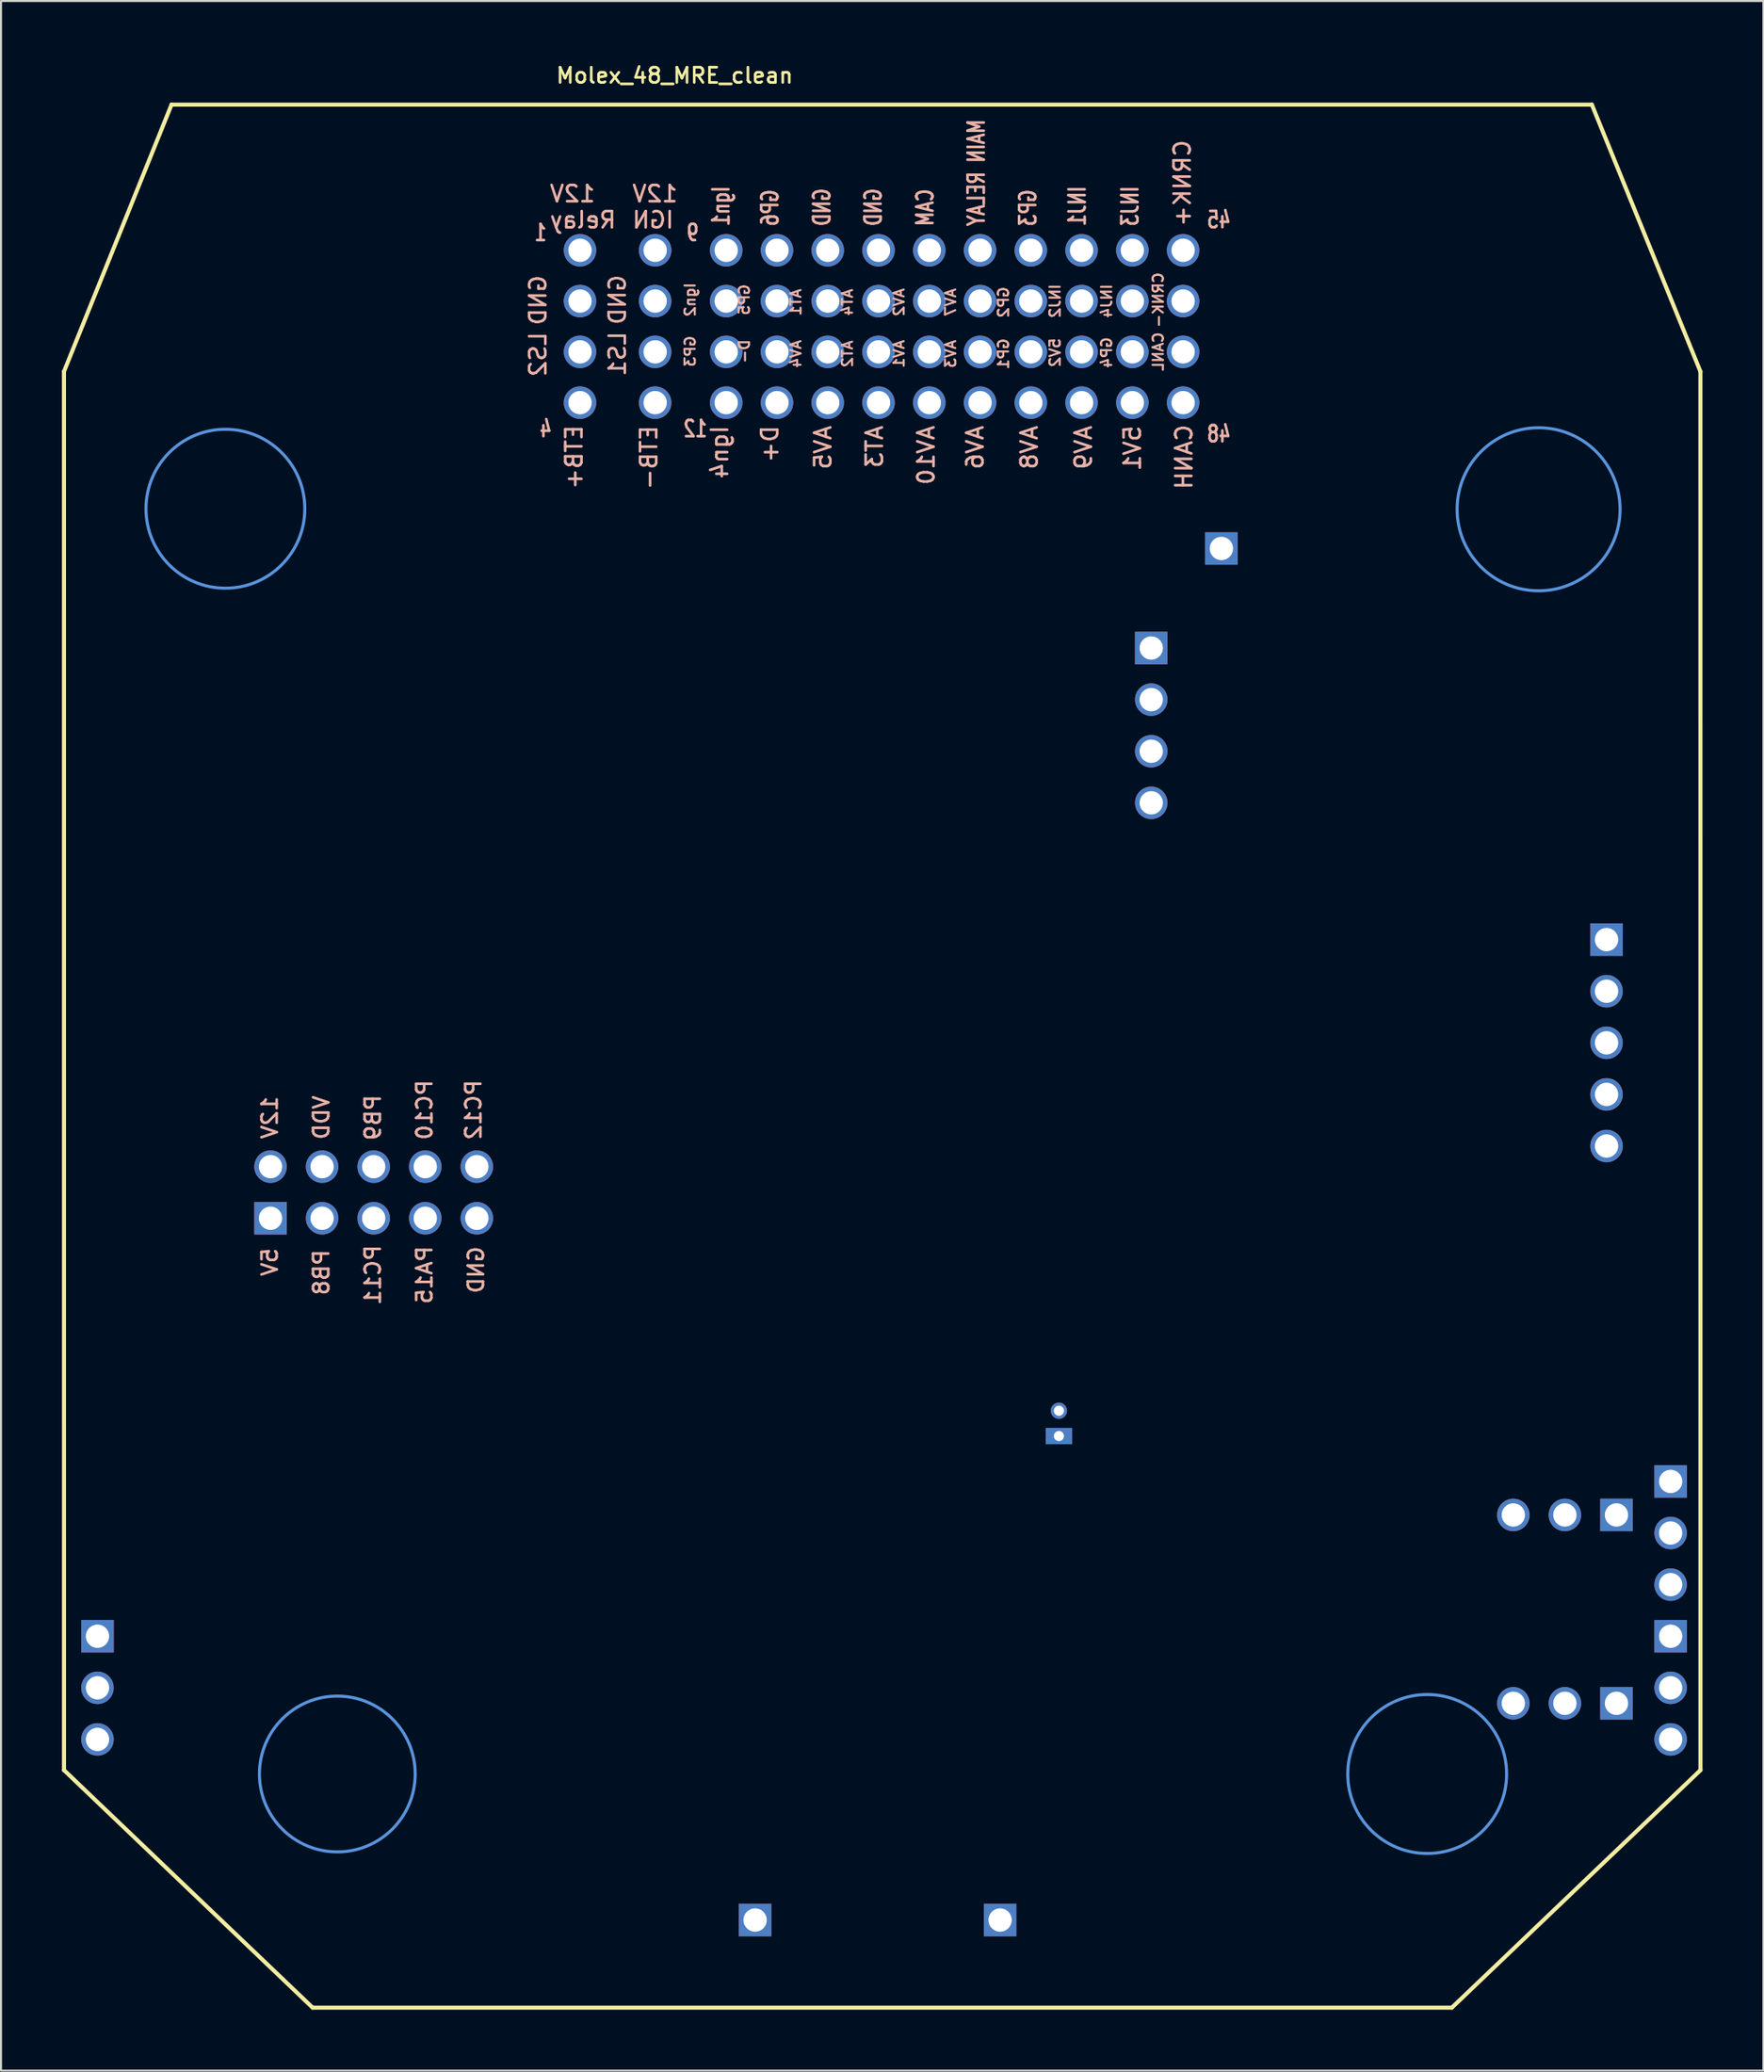
<source format=kicad_pcb>
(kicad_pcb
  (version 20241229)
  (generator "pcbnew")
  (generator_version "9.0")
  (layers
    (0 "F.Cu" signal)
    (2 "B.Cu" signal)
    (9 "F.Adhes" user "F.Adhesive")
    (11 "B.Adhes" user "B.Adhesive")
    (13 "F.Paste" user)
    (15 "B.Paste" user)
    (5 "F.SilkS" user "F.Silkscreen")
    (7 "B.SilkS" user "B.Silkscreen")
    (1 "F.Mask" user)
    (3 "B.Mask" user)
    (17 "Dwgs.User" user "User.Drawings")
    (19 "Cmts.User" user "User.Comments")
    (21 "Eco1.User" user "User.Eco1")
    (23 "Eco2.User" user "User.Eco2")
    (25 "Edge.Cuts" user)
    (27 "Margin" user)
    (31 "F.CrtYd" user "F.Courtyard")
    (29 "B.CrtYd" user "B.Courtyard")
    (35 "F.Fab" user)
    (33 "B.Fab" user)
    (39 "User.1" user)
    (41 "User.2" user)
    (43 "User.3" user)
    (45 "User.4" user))
  (footprint "Molex_48_MRE_clean"
    (layer "F.Cu")
    (at 25.474 9.267)
    (property "Reference" "Molex_48_MRE_clean" (at 4.7 -8.6 0) (layer "F.SilkS") (effects (font (size 0.75 0.75) (thickness 0.13))))
    (attr through_hole)
    (fp_line (start -25.374 5.973) (end -25.372 74.816) (stroke (width 0.2) (type solid)) (layer "F.SilkS"))
    (fp_line (start -25.374 5.973) (end -20.078 -7.166) (stroke (width 0.2) (type solid)) (layer "F.SilkS"))
    (fp_line (start -20.078 -7.166) (end 49.867 -7.166) (stroke (width 0.2) (type solid)) (layer "F.SilkS"))
    (fp_line (start -13.129 86.507) (end -25.372 74.816) (stroke (width 0.2) (type solid)) (layer "F.SilkS"))
    (fp_line (start -13.129 86.507) (end 42.973 86.507) (stroke (width 0.2) (type solid)) (layer "F.SilkS"))
    (fp_line (start 49.867 -7.166) (end 55.214 5.973) (stroke (width 0.2) (type solid)) (layer "F.SilkS"))
    (fp_line (start 55.214 5.973) (end 55.216 74.816) (stroke (width 0.2) (type solid)) (layer "F.SilkS"))
    (fp_line (start 55.216 74.816) (end 42.973 86.507) (stroke (width 0.2) (type solid)) (layer "F.SilkS"))
    (fp_circle (center -17.424 12.725) (end -13.513 12.725) (stroke (width 0.15) (type solid)) (fill no) (layer "Cmts.User"))
    (fp_circle (center -11.913 75.006) (end -15.748 75.006) (stroke (width 0.15) (type solid)) (fill no) (layer "Cmts.User"))
    (fp_circle (center 41.758 75.006) (end 37.846 75.006) (stroke (width 0.15) (type solid)) (fill no) (layer "Cmts.User"))
    (fp_circle (center 47.244 12.751) (end 51.257 12.751) (stroke (width 0.15) (type solid)) (fill no) (layer "Cmts.User"))
    (fp_circle (center -19.686 20.394) (end -18.048 20.394) (stroke (width 0.2) (type solid)) (fill no) (layer "Eco1.User"))
    (fp_circle (center -17.413 12.736) (end -15.622 12.736) (stroke (width 0.2) (type solid)) (fill no) (layer "Eco1.User"))
    (fp_circle (center -11.914 75.004) (end -10.123 75.004) (stroke (width 0.2) (type solid)) (fill no) (layer "Eco1.User"))
    (fp_circle (center 36.474 70.305) (end 38.112 70.305) (stroke (width 0.2) (type solid)) (fill no) (layer "Eco1.User"))
    (fp_circle (center 41.757 75.004) (end 43.547 75.004) (stroke (width 0.2) (type solid)) (fill no) (layer "Eco1.User"))
    (fp_circle (center 47.256 12.736) (end 49.046 12.736) (stroke (width 0.2) (type solid)) (fill no) (layer "Eco1.User"))
    (fp_text user "GP3" (at 5.461 4.978 90) (layer "B.SilkS") (effects (font (size 0.508 0.508) (thickness 0.102)) (justify mirror)))
    (fp_text user "D+" (at 9.389 8.558 90) (layer "B.SilkS") (effects (font (size 0.8 0.8) (thickness 0.13)) (justify left mirror)))
    (fp_text user "12V\nRelay" (at -1.524 -2.134 0) (layer "B.SilkS") (effects (font (size 0.8 0.8) (thickness 0.13)) (justify right mirror)))
    (fp_text user "5V" (at -15.24 49.809 270) (layer "B.SilkS") (effects (font (size 0.75 0.75) (thickness 0.13)) (justify mirror)))
    (fp_text user "LS1" (at 1.88 5.105 270) (layer "B.SilkS") (effects (font (size 0.8 0.8) (thickness 0.127)) (justify mirror)))
    (fp_text user "PA15" (at -7.62 50.444 270) (layer "B.SilkS") (effects (font (size 0.75 0.75) (thickness 0.13)) (justify mirror)))
    (fp_text user "12V\nIGN" (at 2.54 -2.134 0) (layer "B.SilkS") (effects (font (size 0.8 0.8) (thickness 0.13)) (justify right mirror)))
    (fp_text user "12V" (at -15.24 42.697 270) (layer "B.SilkS") (effects (font (size 0.75 0.75) (thickness 0.13)) (justify mirror)))
    (fp_text user "PC10" (at -7.62 42.316 270) (layer "B.SilkS") (effects (font (size 0.75 0.75) (thickness 0.13)) (justify mirror)))
    (fp_text user "ETB+" (at -0.254 10.185 90) (layer "B.SilkS") (effects (font (size 0.8 0.8) (thickness 0.13)) (justify mirror)))
    (fp_text user "INJ1" (at 24.526 -1.113 90) (layer "B.SilkS") (effects (font (size 0.8 0.6) (thickness 0.13)) (justify right mirror)))
    (fp_text user "INJ3" (at 27.126 -1.113 90) (layer "B.SilkS") (effects (font (size 0.8 0.6) (thickness 0.13)) (justify right mirror)))
    (fp_text user "AV4" (at 10.668 5.105 90) (layer "B.SilkS") (effects (font (size 0.508 0.508) (thickness 0.102)) (justify mirror)))
    (fp_text user "CANL" (at 28.512 4.991 90) (layer "B.SilkS") (effects (font (size 0.508 0.508) (thickness 0.102)) (justify mirror)))
    (fp_text user "GP4" (at 25.971 5.042 90) (layer "B.SilkS") (effects (font (size 0.508 0.508) (thickness 0.102)) (justify mirror)))
    (fp_text user "Ign2" (at 5.461 2.438 90) (layer "B.SilkS") (effects (font (size 0.508 0.508) (thickness 0.102)) (justify mirror)))
    (fp_text user "CANH" (at 29.782 8.508 90) (layer "B.SilkS") (effects (font (size 0.8 0.8) (thickness 0.13)) (justify left mirror)))
    (fp_text user "CRNK+" (at 29.7 -3.3 90) (layer "B.SilkS") (effects (font (size 0.8 0.8) (thickness 0.13)) (justify mirror)))
    (fp_text user "AT3" (at 14.541 8.558 90) (layer "B.SilkS") (effects (font (size 0.8 0.8) (thickness 0.13)) (justify left mirror)))
    (fp_text user "GND" (at 11.953 -1.113 90) (layer "B.SilkS") (effects (font (size 0.8 0.6) (thickness 0.13)) (justify right mirror)))
    (fp_text user "45" (at 31.5 -1.5 0) (layer "B.SilkS") (effects (font (size 0.8 0.6) (thickness 0.13)) (justify mirror)))
    (fp_text user "AV2" (at 15.748 2.565 90) (layer "B.SilkS") (effects (font (size 0.508 0.508) (thickness 0.102)) (justify mirror)))
    (fp_text user "CAM" (at 17.033 -1.113 90) (layer "B.SilkS") (effects (font (size 0.8 0.6) (thickness 0.13)) (justify right mirror)))
    (fp_text user "4" (at -1.651 8.788 0) (layer "B.SilkS") (effects (font (size 0.8 0.6) (thickness 0.13)) (justify mirror)))
    (fp_text user "GND" (at -2.032 2.46 90) (layer "B.SilkS") (effects (font (size 0.8 0.8) (thickness 0.13)) (justify mirror)))
    (fp_text user "AV7" (at 18.288 2.565 90) (layer "B.SilkS") (effects (font (size 0.508 0.508) (thickness 0.102)) (justify mirror)))
    (fp_text user "GP6" (at 9.398 -1.113 90) (layer "B.SilkS") (effects (font (size 0.8 0.6) (thickness 0.13)) (justify right mirror)))
    (fp_text user "VDD" (at -12.7 42.697 270) (layer "B.SilkS") (effects (font (size 0.75 0.75) (thickness 0.13)) (justify mirror)))
    (fp_text user "D-" (at 8.128 4.978 90) (layer "B.SilkS") (effects (font (size 0.508 0.508) (thickness 0.102)) (justify mirror)))
    (fp_text user "AV5" (at 12.002 8.558 90) (layer "B.SilkS") (effects (font (size 0.8 0.8) (thickness 0.13)) (justify left mirror)))
    (fp_text user "INJ4" (at 25.971 2.502 90) (layer "B.SilkS") (effects (font (size 0.508 0.508) (thickness 0.102)) (justify mirror)))
    (fp_text user "Ign1" (at 6.985 -1.113 90) (layer "B.SilkS") (effects (font (size 0.8 0.6) (thickness 0.13)) (justify right mirror)))
    (fp_text user "PC11" (at -10.16 50.444 270) (layer "B.SilkS") (effects (font (size 0.75 0.75) (thickness 0.13)) (justify mirror)))
    (fp_text user "PB9" (at -10.16 42.697 270) (layer "B.SilkS") (effects (font (size 0.75 0.75) (thickness 0.13)) (justify mirror)))
    (fp_text user "INJ2" (at 23.431 2.502 90) (layer "B.SilkS") (effects (font (size 0.508 0.508) (thickness 0.102)) (justify mirror)))
    (fp_text user "AV3" (at 18.288 5.105 90) (layer "B.SilkS") (effects (font (size 0.508 0.508) (thickness 0.102)) (justify mirror)))
    (fp_text user "AT4" (at 13.208 2.565 90) (layer "B.SilkS") (effects (font (size 0.508 0.508) (thickness 0.102)) (justify mirror)))
    (fp_text user "GP5" (at 8.128 2.438 90) (layer "B.SilkS") (effects (font (size 0.508 0.508) (thickness 0.102)) (justify mirror)))
    (fp_text user "PC12" (at -5.207 42.316 270) (layer "B.SilkS") (effects (font (size 0.75 0.75) (thickness 0.13)) (justify mirror)))
    (fp_text user "GND" (at 1.88 2.438 90) (layer "B.SilkS") (effects (font (size 0.8 0.8) (thickness 0.127)) (justify mirror)))
    (fp_text user "GP2" (at 20.892 2.565 90) (layer "B.SilkS") (effects (font (size 0.508 0.508) (thickness 0.102)) (justify mirror)))
    (fp_text user "9" (at 5.588 -0.864 0) (layer "B.SilkS") (effects (font (size 0.8 0.6) (thickness 0.13)) (justify mirror)))
    (fp_text user "AV1" (at 15.748 5.105 90) (layer "B.SilkS") (effects (font (size 0.508 0.508) (thickness 0.102)) (justify mirror)))
    (fp_text user "GND" (at 14.478 -1.113 90) (layer "B.SilkS") (effects (font (size 0.8 0.6) (thickness 0.13)) (justify right mirror)))
    (fp_text user "48" (at 31.5 9.042 0) (layer "B.SilkS") (effects (font (size 0.8 0.6) (thickness 0.13)) (justify mirror)))
    (fp_text user "1" (at -1.905 -0.864 0) (layer "B.SilkS") (effects (font (size 0.8 0.6) (thickness 0.13)) (justify mirror)))
    (fp_text user "PB8" (at -12.7 50.317 270) (layer "B.SilkS") (effects (font (size 0.75 0.75) (thickness 0.13)) (justify mirror)))
    (fp_text user "GP3" (at 22.098 -1.113 90) (layer "B.SilkS") (effects (font (size 0.8 0.6) (thickness 0.13)) (justify right mirror)))
    (fp_text user "LS2" (at -2.032 5.127 90) (layer "B.SilkS") (effects (font (size 0.8 0.8) (thickness 0.13)) (justify mirror)))
    (fp_text user "MAIN RELAY" (at 19.558 -1.113 90) (layer "B.SilkS") (effects (font (size 0.8 0.6) (thickness 0.13)) (justify right mirror)))
    (fp_text user "5V2" (at 23.431 5.042 90) (layer "B.SilkS") (effects (font (size 0.508 0.508) (thickness 0.102)) (justify mirror)))
    (fp_text user "AT1" (at 10.668 2.565 90) (layer "B.SilkS") (effects (font (size 0.508 0.508) (thickness 0.102)) (justify mirror)))
    (fp_text user "AV6" (at 19.494 8.558 90) (layer "B.SilkS") (effects (font (size 0.8 0.8) (thickness 0.13)) (justify left mirror)))
    (fp_text user "AV9" (at 24.828 8.558 90) (layer "B.SilkS") (effects (font (size 0.8 0.8) (thickness 0.13)) (justify left mirror)))
    (fp_text user "12" (at 5.715 8.788 0) (layer "B.SilkS") (effects (font (size 0.8 0.6) (thickness 0.13)) (justify mirror)))
    (fp_text user "AV8" (at 22.162 8.558 90) (layer "B.SilkS") (effects (font (size 0.8 0.8) (thickness 0.13)) (justify left mirror)))
    (fp_text user "5V1" (at 27.241 8.558 90) (layer "B.SilkS") (effects (font (size 0.8 0.8) (thickness 0.13)) (justify left mirror)))
    (fp_text user "CRNK-" (at 28.512 2.451 90) (layer "B.SilkS") (effects (font (size 0.508 0.508) (thickness 0.102)) (justify mirror)))
    (fp_text user "AV10" (at 17.081 8.558 90) (layer "B.SilkS") (effects (font (size 0.8 0.8) (thickness 0.13)) (justify left mirror)))
    (fp_text user "GP1" (at 20.892 5.105 90) (layer "B.SilkS") (effects (font (size 0.508 0.508) (thickness 0.102)) (justify mirror)))
    (fp_text user "ETB-" (at 3.429 8.558 90) (layer "B.SilkS") (effects (font (size 0.8 0.8) (thickness 0.13)) (justify left mirror)))
    (fp_text user "AT2" (at 13.208 5.105 90) (layer "B.SilkS") (effects (font (size 0.508 0.508) (thickness 0.102)) (justify mirror)))
    (fp_text user "Ign4" (at 6.921 8.558 90) (layer "B.SilkS") (effects (font (size 0.8 0.8) (thickness 0.13)) (justify left mirror)))
    (fp_text user "GND" (at -5.08 50.19 270) (layer "B.SilkS") (effects (font (size 0.75 0.75) (thickness 0.13)) (justify mirror)))
    (pad "1" thru_hole circle (at 0.039 0.003 270) (size 1.6 1.6) (drill 1.15) (layers "*.Cu" "*.Mask"))
    (pad "2" thru_hole circle (at 0.039 2.503 270) (size 1.6 1.6) (drill 1.15) (layers "*.Cu" "*.Mask"))
    (pad "3" thru_hole circle (at 0.039 5.003 270) (size 1.6 1.6) (drill 1.15) (layers "*.Cu" "*.Mask"))
    (pad "4" thru_hole circle (at 0.039 7.503 270) (size 1.6 1.6) (drill 1.15) (layers "*.Cu" "*.Mask"))
    (pad "5" thru_hole circle (at 3.739 0.003 270) (size 1.6 1.6) (drill 1.15) (layers "*.Cu" "*.Mask"))
    (pad "6" thru_hole circle (at 3.739 2.503 270) (size 1.6 1.6) (drill 1.15) (layers "*.Cu" "*.Mask"))
    (pad "7" thru_hole circle (at 3.739 5.003 270) (size 1.6 1.6) (drill 1.15) (layers "*.Cu" "*.Mask"))
    (pad "8" thru_hole circle (at 3.739 7.503 270) (size 1.6 1.6) (drill 1.15) (layers "*.Cu" "*.Mask"))
    (pad "9" thru_hole circle (at 7.239 0.003 270) (size 1.6 1.6) (drill 1.15) (layers "*.Cu" "*.Mask"))
    (pad "10" thru_hole circle (at 7.239 2.503 270) (size 1.6 1.6) (drill 1.15) (layers "*.Cu" "*.Mask"))
    (pad "11" thru_hole circle (at 7.239 5.003 270) (size 1.6 1.6) (drill 1.15) (layers "*.Cu" "*.Mask"))
    (pad "12" thru_hole circle (at 7.239 7.503 270) (size 1.6 1.6) (drill 1.15) (layers "*.Cu" "*.Mask"))
    (pad "13" thru_hole circle (at 9.739 0.003 270) (size 1.6 1.6) (drill 1.15) (layers "*.Cu" "*.Mask"))
    (pad "14" thru_hole circle (at 9.739 2.503 270) (size 1.6 1.6) (drill 1.15) (layers "*.Cu" "*.Mask"))
    (pad "15" thru_hole circle (at 9.739 5.003 270) (size 1.6 1.6) (drill 1.15) (layers "*.Cu" "*.Mask"))
    (pad "16" thru_hole circle (at 9.739 7.503 270) (size 1.6 1.6) (drill 1.15) (layers "*.Cu" "*.Mask"))
    (pad "17" thru_hole circle (at 12.239 0.003 270) (size 1.6 1.6) (drill 1.15) (layers "*.Cu" "*.Mask"))
    (pad "18" thru_hole circle (at 12.239 2.503 270) (size 1.6 1.6) (drill 1.15) (layers "*.Cu" "*.Mask"))
    (pad "19" thru_hole circle (at 12.239 5.003 270) (size 1.6 1.6) (drill 1.15) (layers "*.Cu" "*.Mask"))
    (pad "20" thru_hole circle (at 12.239 7.503 270) (size 1.6 1.6) (drill 1.15) (layers "*.Cu" "*.Mask"))
    (pad "21" thru_hole circle (at 14.739 0.003 270) (size 1.6 1.6) (drill 1.15) (layers "*.Cu" "*.Mask"))
    (pad "22" thru_hole circle (at 14.739 2.503 270) (size 1.6 1.6) (drill 1.15) (layers "*.Cu" "*.Mask"))
    (pad "23" thru_hole circle (at 14.739 5.003 270) (size 1.6 1.6) (drill 1.15) (layers "*.Cu" "*.Mask"))
    (pad "24" thru_hole circle (at 14.739 7.503 270) (size 1.6 1.6) (drill 1.15) (layers "*.Cu" "*.Mask"))
    (pad "25" thru_hole circle (at 17.239 0.003 270) (size 1.6 1.6) (drill 1.15) (layers "*.Cu" "*.Mask"))
    (pad "26" thru_hole circle (at 17.239 2.503 270) (size 1.6 1.6) (drill 1.15) (layers "*.Cu" "*.Mask"))
    (pad "27" thru_hole circle (at 17.239 5.003 270) (size 1.6 1.6) (drill 1.15) (layers "*.Cu" "*.Mask"))
    (pad "28" thru_hole circle (at 17.239 7.503 270) (size 1.6 1.6) (drill 1.15) (layers "*.Cu" "*.Mask"))
    (pad "29" thru_hole circle (at 19.739 0.003 270) (size 1.6 1.6) (drill 1.15) (layers "*.Cu" "*.Mask"))
    (pad "30" thru_hole circle (at 19.739 2.503 270) (size 1.6 1.6) (drill 1.15) (layers "*.Cu" "*.Mask"))
    (pad "31" thru_hole circle (at 19.739 5.003 270) (size 1.6 1.6) (drill 1.15) (layers "*.Cu" "*.Mask"))
    (pad "32" thru_hole circle (at 19.739 7.503 270) (size 1.6 1.6) (drill 1.15) (layers "*.Cu" "*.Mask"))
    (pad "33" thru_hole circle (at 22.239 0.003 270) (size 1.6 1.6) (drill 1.15) (layers "*.Cu" "*.Mask"))
    (pad "34" thru_hole circle (at 22.239 2.503 270) (size 1.6 1.6) (drill 1.15) (layers "*.Cu" "*.Mask"))
    (pad "35" thru_hole circle (at 22.239 5.003 270) (size 1.6 1.6) (drill 1.15) (layers "*.Cu" "*.Mask"))
    (pad "36" thru_hole circle (at 22.239 7.503 270) (size 1.6 1.6) (drill 1.15) (layers "*.Cu" "*.Mask"))
    (pad "37" thru_hole circle (at 24.739 0.003 270) (size 1.6 1.6) (drill 1.15) (layers "*.Cu" "*.Mask"))
    (pad "38" thru_hole circle (at 24.739 2.503 270) (size 1.6 1.6) (drill 1.15) (layers "*.Cu" "*.Mask"))
    (pad "39" thru_hole circle (at 24.739 5.003 270) (size 1.6 1.6) (drill 1.15) (layers "*.Cu" "*.Mask"))
    (pad "40" thru_hole circle (at 24.739 7.503 270) (size 1.6 1.6) (drill 1.15) (layers "*.Cu" "*.Mask"))
    (pad "41" thru_hole circle (at 27.239 0.003 270) (size 1.6 1.6) (drill 1.15) (layers "*.Cu" "*.Mask"))
    (pad "42" thru_hole circle (at 27.239 2.503 270) (size 1.6 1.6) (drill 1.15) (layers "*.Cu" "*.Mask"))
    (pad "43" thru_hole circle (at 27.239 5.003 270) (size 1.6 1.6) (drill 1.15) (layers "*.Cu" "*.Mask"))
    (pad "44" thru_hole circle (at 27.239 7.503 270) (size 1.6 1.6) (drill 1.15) (layers "*.Cu" "*.Mask"))
    (pad "45" thru_hole circle (at 29.739 0.003 270) (size 1.6 1.6) (drill 1.15) (layers "*.Cu" "*.Mask"))
    (pad "46" thru_hole circle (at 29.739 2.503 270) (size 1.6 1.6) (drill 1.15) (layers "*.Cu" "*.Mask"))
    (pad "47" thru_hole circle (at 29.739 5.003 270) (size 1.6 1.6) (drill 1.15) (layers "*.Cu" "*.Mask"))
    (pad "48" thru_hole circle (at 29.739 7.503 270) (size 1.6 1.6) (drill 1.15) (layers "*.Cu" "*.Mask"))
    (pad "J31" thru_hole rect (at 23.622 58.369 270) (size 0.8 1.3) (drill 0.5) (layers "*.Cu" "*.Mask"))
    (pad "J32" thru_hole circle (at 23.622 57.125 270) (size 0.8 0.8) (drill 0.5) (layers "*.Cu" "*.Mask"))
    (pad "J51" thru_hole rect (at 28.169 19.581 270) (size 1.6 1.6) (drill 1.15) (layers "*.Cu" "*.Mask"))
    (pad "J52" thru_hole circle (at 28.169 22.121 270) (size 1.6 1.6) (drill 1.15) (layers "*.Cu" "*.Mask"))
    (pad "J53" thru_hole circle (at 28.169 24.661 270) (size 1.6 1.6) (drill 1.15) (layers "*.Cu" "*.Mask"))
    (pad "J54" thru_hole circle (at 28.169 27.201 270) (size 1.6 1.6) (drill 1.15) (layers "*.Cu" "*.Mask"))
    (pad "J61" thru_hole rect (at 50.59 33.934 270) (size 1.6 1.6) (drill 1.15) (layers "*.Cu" "*.Mask"))
    (pad "J62" thru_hole circle (at 50.59 36.474 270) (size 1.6 1.6) (drill 1.15) (layers "*.Cu" "*.Mask"))
    (pad "J63" thru_hole circle (at 50.59 39.014 270) (size 1.6 1.6) (drill 1.15) (layers "*.Cu" "*.Mask"))
    (pad "J64" thru_hole circle (at 50.59 41.554 270) (size 1.6 1.6) (drill 1.15) (layers "*.Cu" "*.Mask"))
    (pad "J65" thru_hole circle (at 50.59 44.094 270) (size 1.6 1.6) (drill 1.15) (layers "*.Cu" "*.Mask"))
    (pad "J801" thru_hole rect (at -15.202 47.65 270) (size 1.6 1.6) (drill 1.15) (layers "*.Cu" "*.Mask"))
    (pad "J802" thru_hole circle (at -15.202 45.11 270) (size 1.6 1.6) (drill 1.15) (layers "*.Cu" "*.Mask"))
    (pad "J803" thru_hole circle (at -12.662 47.65 270) (size 1.6 1.6) (drill 1.15) (layers "*.Cu" "*.Mask"))
    (pad "J804" thru_hole circle (at -12.662 45.11 270) (size 1.6 1.6) (drill 1.15) (layers "*.Cu" "*.Mask"))
    (pad "J805" thru_hole circle (at -10.122 47.65 270) (size 1.6 1.6) (drill 1.15) (layers "*.Cu" "*.Mask"))
    (pad "J806" thru_hole circle (at -10.122 45.11 270) (size 1.6 1.6) (drill 1.15) (layers "*.Cu" "*.Mask"))
    (pad "J807" thru_hole circle (at -7.582 47.65 270) (size 1.6 1.6) (drill 1.15) (layers "*.Cu" "*.Mask"))
    (pad "J808" thru_hole circle (at -7.582 45.11 270) (size 1.6 1.6) (drill 1.15) (layers "*.Cu" "*.Mask"))
    (pad "J809" thru_hole circle (at -5.042 47.65 270) (size 1.6 1.6) (drill 1.15) (layers "*.Cu" "*.Mask"))
    (pad "J810" thru_hole circle (at -5.042 45.11 270) (size 1.6 1.6) (drill 1.15) (layers "*.Cu" "*.Mask"))
    (pad "LIN1" thru_hole rect (at 31.623 14.681 270) (size 1.6 1.6) (drill 1.15) (layers "*.Cu" "*.Mask"))
    (pad "M3" thru_hole rect (at 8.661 82.194 270) (size 1.6 1.6) (drill 1.15) (layers "*.Cu" "*.Mask"))
    (pad "M4" thru_hole rect (at 20.726 82.194 270) (size 1.6 1.6) (drill 1.15) (layers "*.Cu" "*.Mask"))
    (pad "M11" thru_hole rect (at -23.724 68.224 270) (size 1.6 1.6) (drill 1.15) (layers "*.Cu" "*.Mask"))
    (pad "M12" thru_hole circle (at -23.724 70.764 270) (size 1.6 1.6) (drill 1.15) (layers "*.Cu" "*.Mask"))
    (pad "M13" thru_hole circle (at -23.724 73.304 270) (size 1.6 1.6) (drill 1.15) (layers "*.Cu" "*.Mask"))
    (pad "M21" thru_hole rect (at 53.746 68.224 270) (size 1.6 1.6) (drill 1.15) (layers "*.Cu" "*.Mask"))
    (pad "M22" thru_hole circle (at 53.746 70.764 270) (size 1.6 1.6) (drill 1.15) (layers "*.Cu" "*.Mask"))
    (pad "M23" thru_hole circle (at 53.746 73.304 270) (size 1.6 1.6) (drill 1.15) (layers "*.Cu" "*.Mask"))
    (pad "M51" thru_hole rect (at 53.746 60.604 270) (size 1.6 1.6) (drill 1.15) (layers "*.Cu" "*.Mask"))
    (pad "M52" thru_hole circle (at 53.746 63.144 270) (size 1.6 1.6) (drill 1.15) (layers "*.Cu" "*.Mask"))
    (pad "M53" thru_hole circle (at 53.746 65.684 270) (size 1.6 1.6) (drill 1.15) (layers "*.Cu" "*.Mask"))
    (pad "M61" thru_hole rect (at 51.079 71.526 270) (size 1.6 1.6) (drill 1.15) (layers "*.Cu" "*.Mask"))
    (pad "M62" thru_hole circle (at 48.539 71.526 270) (size 1.6 1.6) (drill 1.15) (layers "*.Cu" "*.Mask"))
    (pad "M63" thru_hole circle (at 45.999 71.526 270) (size 1.6 1.6) (drill 1.15) (layers "*.Cu" "*.Mask"))
    (pad "M71" thru_hole rect (at 51.079 62.255 270) (size 1.6 1.6) (drill 1.15) (layers "*.Cu" "*.Mask"))
    (pad "M72" thru_hole circle (at 48.539 62.255 270) (size 1.6 1.6) (drill 1.15) (layers "*.Cu" "*.Mask"))
    (pad "M73" thru_hole circle (at 45.999 62.255 270) (size 1.6 1.6) (drill 1.15) (layers "*.Cu" "*.Mask")))
  (gr_rect
    (start -3 -3)
    (end 83.79 98.874)
    (stroke (width 0.1) (type default))
    (fill no)
    (layer "Edge.Cuts")))
</source>
